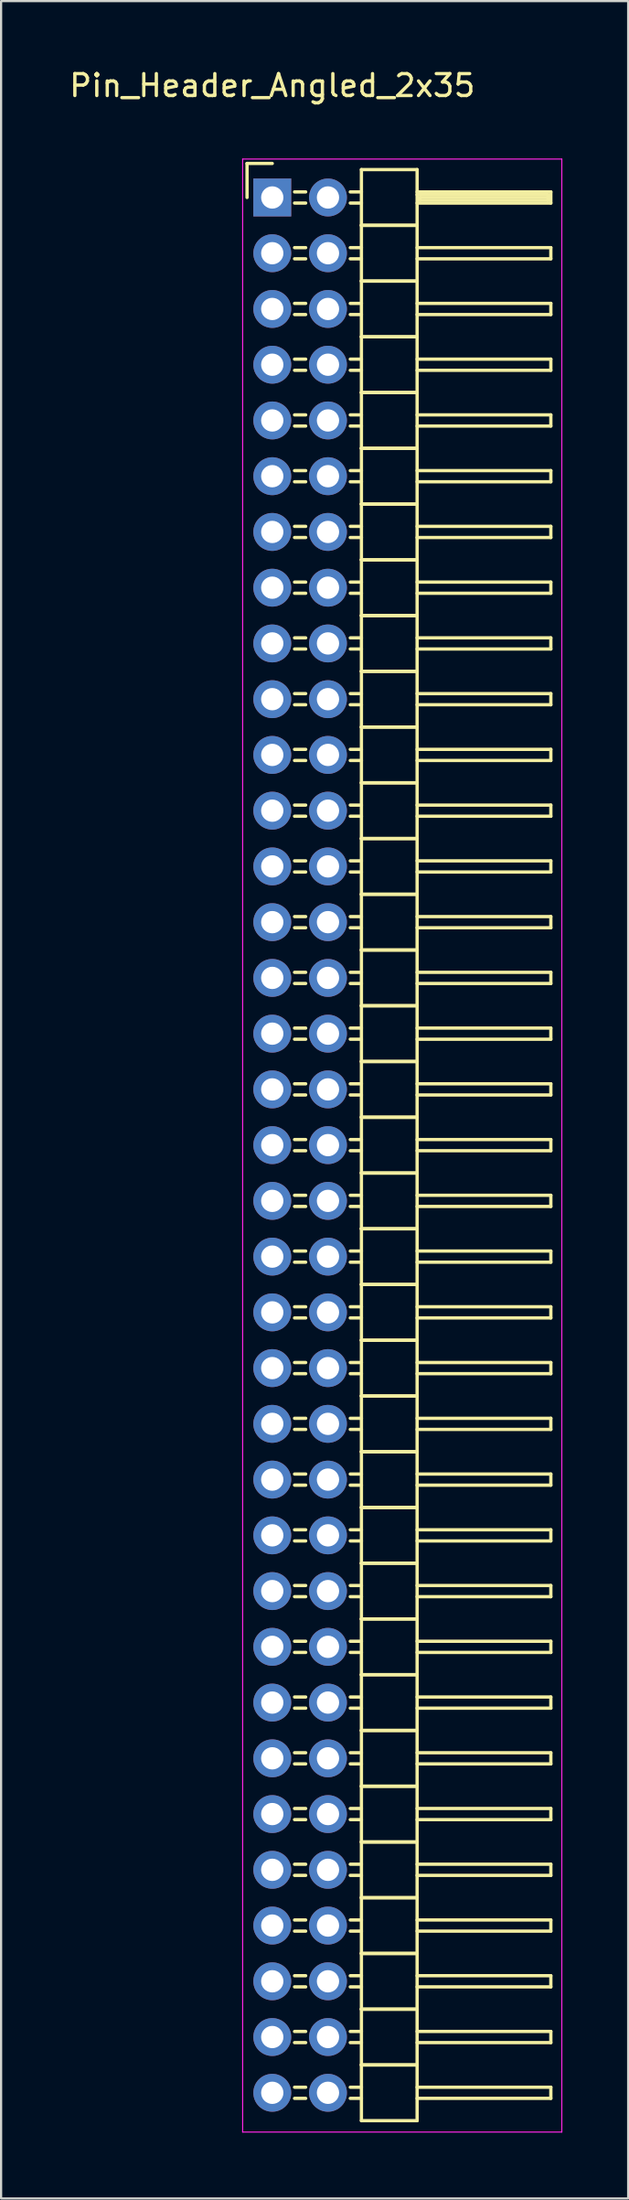
<source format=kicad_pcb>
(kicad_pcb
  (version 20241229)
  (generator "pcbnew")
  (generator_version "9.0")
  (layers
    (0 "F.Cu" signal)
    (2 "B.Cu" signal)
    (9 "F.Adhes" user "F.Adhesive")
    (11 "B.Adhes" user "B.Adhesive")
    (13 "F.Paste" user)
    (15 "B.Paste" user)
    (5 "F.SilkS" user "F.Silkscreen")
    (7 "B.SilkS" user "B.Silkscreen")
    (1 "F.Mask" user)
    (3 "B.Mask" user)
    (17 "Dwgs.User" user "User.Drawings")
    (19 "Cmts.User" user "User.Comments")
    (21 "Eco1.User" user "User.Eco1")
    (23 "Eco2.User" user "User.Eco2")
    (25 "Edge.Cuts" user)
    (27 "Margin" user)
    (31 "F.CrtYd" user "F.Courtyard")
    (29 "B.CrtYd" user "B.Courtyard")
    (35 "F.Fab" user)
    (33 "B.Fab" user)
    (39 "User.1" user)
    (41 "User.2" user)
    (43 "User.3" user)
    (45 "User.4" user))
  (footprint "Pin_Header_Angled_2x35"
    (layer "F.Cu")
    (at 9.363 5.948)
    (property "Reference" "Pin_Header_Angled_2x35" (at 0 -5.1 0) (layer "F.SilkS") (effects (font (size 1 1) (thickness 0.15))))
    (attr through_hole)
    (fp_line (start -1.15 -1.55) (end -1.15 0) (stroke (width 0.15) (type solid)) (layer "F.SilkS"))
    (fp_line (start 0 -1.55) (end -1.15 -1.55) (stroke (width 0.15) (type solid)) (layer "F.SilkS"))
    (fp_line (start 1.524 -0.254) (end 1.016 -0.254) (stroke (width 0.15) (type solid)) (layer "F.SilkS"))
    (fp_line (start 1.524 0.254) (end 1.016 0.254) (stroke (width 0.15) (type solid)) (layer "F.SilkS"))
    (fp_line (start 1.524 2.286) (end 1.016 2.286) (stroke (width 0.15) (type solid)) (layer "F.SilkS"))
    (fp_line (start 1.524 2.794) (end 1.016 2.794) (stroke (width 0.15) (type solid)) (layer "F.SilkS"))
    (fp_line (start 1.524 4.826) (end 1.016 4.826) (stroke (width 0.15) (type solid)) (layer "F.SilkS"))
    (fp_line (start 1.524 5.334) (end 1.016 5.334) (stroke (width 0.15) (type solid)) (layer "F.SilkS"))
    (fp_line (start 1.524 7.366) (end 1.016 7.366) (stroke (width 0.15) (type solid)) (layer "F.SilkS"))
    (fp_line (start 1.524 7.874) (end 1.016 7.874) (stroke (width 0.15) (type solid)) (layer "F.SilkS"))
    (fp_line (start 1.524 9.906) (end 1.016 9.906) (stroke (width 0.15) (type solid)) (layer "F.SilkS"))
    (fp_line (start 1.524 10.414) (end 1.016 10.414) (stroke (width 0.15) (type solid)) (layer "F.SilkS"))
    (fp_line (start 1.524 12.446) (end 1.016 12.446) (stroke (width 0.15) (type solid)) (layer "F.SilkS"))
    (fp_line (start 1.524 12.954) (end 1.016 12.954) (stroke (width 0.15) (type solid)) (layer "F.SilkS"))
    (fp_line (start 1.524 14.986) (end 1.016 14.986) (stroke (width 0.15) (type solid)) (layer "F.SilkS"))
    (fp_line (start 1.524 15.494) (end 1.016 15.494) (stroke (width 0.15) (type solid)) (layer "F.SilkS"))
    (fp_line (start 1.524 17.526) (end 1.016 17.526) (stroke (width 0.15) (type solid)) (layer "F.SilkS"))
    (fp_line (start 1.524 18.034) (end 1.016 18.034) (stroke (width 0.15) (type solid)) (layer "F.SilkS"))
    (fp_line (start 1.524 20.066) (end 1.016 20.066) (stroke (width 0.15) (type solid)) (layer "F.SilkS"))
    (fp_line (start 1.524 20.574) (end 1.016 20.574) (stroke (width 0.15) (type solid)) (layer "F.SilkS"))
    (fp_line (start 1.524 22.606) (end 1.016 22.606) (stroke (width 0.15) (type solid)) (layer "F.SilkS"))
    (fp_line (start 1.524 23.114) (end 1.016 23.114) (stroke (width 0.15) (type solid)) (layer "F.SilkS"))
    (fp_line (start 1.524 25.146) (end 1.016 25.146) (stroke (width 0.15) (type solid)) (layer "F.SilkS"))
    (fp_line (start 1.524 25.654) (end 1.016 25.654) (stroke (width 0.15) (type solid)) (layer "F.SilkS"))
    (fp_line (start 1.524 27.686) (end 1.016 27.686) (stroke (width 0.15) (type solid)) (layer "F.SilkS"))
    (fp_line (start 1.524 28.194) (end 1.016 28.194) (stroke (width 0.15) (type solid)) (layer "F.SilkS"))
    (fp_line (start 1.524 30.226) (end 1.016 30.226) (stroke (width 0.15) (type solid)) (layer "F.SilkS"))
    (fp_line (start 1.524 30.734) (end 1.016 30.734) (stroke (width 0.15) (type solid)) (layer "F.SilkS"))
    (fp_line (start 1.524 32.766) (end 1.016 32.766) (stroke (width 0.15) (type solid)) (layer "F.SilkS"))
    (fp_line (start 1.524 33.274) (end 1.016 33.274) (stroke (width 0.15) (type solid)) (layer "F.SilkS"))
    (fp_line (start 1.524 35.306) (end 1.016 35.306) (stroke (width 0.15) (type solid)) (layer "F.SilkS"))
    (fp_line (start 1.524 35.814) (end 1.016 35.814) (stroke (width 0.15) (type solid)) (layer "F.SilkS"))
    (fp_line (start 1.524 37.846) (end 1.016 37.846) (stroke (width 0.15) (type solid)) (layer "F.SilkS"))
    (fp_line (start 1.524 38.354) (end 1.016 38.354) (stroke (width 0.15) (type solid)) (layer "F.SilkS"))
    (fp_line (start 1.524 40.386) (end 1.016 40.386) (stroke (width 0.15) (type solid)) (layer "F.SilkS"))
    (fp_line (start 1.524 40.894) (end 1.016 40.894) (stroke (width 0.15) (type solid)) (layer "F.SilkS"))
    (fp_line (start 1.524 42.926) (end 1.016 42.926) (stroke (width 0.15) (type solid)) (layer "F.SilkS"))
    (fp_line (start 1.524 43.434) (end 1.016 43.434) (stroke (width 0.15) (type solid)) (layer "F.SilkS"))
    (fp_line (start 1.524 45.466) (end 1.016 45.466) (stroke (width 0.15) (type solid)) (layer "F.SilkS"))
    (fp_line (start 1.524 45.974) (end 1.016 45.974) (stroke (width 0.15) (type solid)) (layer "F.SilkS"))
    (fp_line (start 1.524 48.006) (end 1.016 48.006) (stroke (width 0.15) (type solid)) (layer "F.SilkS"))
    (fp_line (start 1.524 48.514) (end 1.016 48.514) (stroke (width 0.15) (type solid)) (layer "F.SilkS"))
    (fp_line (start 1.524 50.546) (end 1.016 50.546) (stroke (width 0.15) (type solid)) (layer "F.SilkS"))
    (fp_line (start 1.524 51.054) (end 1.016 51.054) (stroke (width 0.15) (type solid)) (layer "F.SilkS"))
    (fp_line (start 1.524 53.086) (end 1.016 53.086) (stroke (width 0.15) (type solid)) (layer "F.SilkS"))
    (fp_line (start 1.524 53.594) (end 1.016 53.594) (stroke (width 0.15) (type solid)) (layer "F.SilkS"))
    (fp_line (start 1.524 55.626) (end 1.016 55.626) (stroke (width 0.15) (type solid)) (layer "F.SilkS"))
    (fp_line (start 1.524 56.134) (end 1.016 56.134) (stroke (width 0.15) (type solid)) (layer "F.SilkS"))
    (fp_line (start 1.524 58.166) (end 1.016 58.166) (stroke (width 0.15) (type solid)) (layer "F.SilkS"))
    (fp_line (start 1.524 58.674) (end 1.016 58.674) (stroke (width 0.15) (type solid)) (layer "F.SilkS"))
    (fp_line (start 1.524 60.706) (end 1.016 60.706) (stroke (width 0.15) (type solid)) (layer "F.SilkS"))
    (fp_line (start 1.524 61.214) (end 1.016 61.214) (stroke (width 0.15) (type solid)) (layer "F.SilkS"))
    (fp_line (start 1.524 63.246) (end 1.016 63.246) (stroke (width 0.15) (type solid)) (layer "F.SilkS"))
    (fp_line (start 1.524 63.754) (end 1.016 63.754) (stroke (width 0.15) (type solid)) (layer "F.SilkS"))
    (fp_line (start 1.524 65.786) (end 1.016 65.786) (stroke (width 0.15) (type solid)) (layer "F.SilkS"))
    (fp_line (start 1.524 66.294) (end 1.016 66.294) (stroke (width 0.15) (type solid)) (layer "F.SilkS"))
    (fp_line (start 1.524 68.326) (end 1.016 68.326) (stroke (width 0.15) (type solid)) (layer "F.SilkS"))
    (fp_line (start 1.524 68.834) (end 1.016 68.834) (stroke (width 0.15) (type solid)) (layer "F.SilkS"))
    (fp_line (start 1.524 70.866) (end 1.016 70.866) (stroke (width 0.15) (type solid)) (layer "F.SilkS"))
    (fp_line (start 1.524 71.374) (end 1.016 71.374) (stroke (width 0.15) (type solid)) (layer "F.SilkS"))
    (fp_line (start 1.524 73.406) (end 1.016 73.406) (stroke (width 0.15) (type solid)) (layer "F.SilkS"))
    (fp_line (start 1.524 73.914) (end 1.016 73.914) (stroke (width 0.15) (type solid)) (layer "F.SilkS"))
    (fp_line (start 1.524 75.946) (end 1.016 75.946) (stroke (width 0.15) (type solid)) (layer "F.SilkS"))
    (fp_line (start 1.524 76.454) (end 1.016 76.454) (stroke (width 0.15) (type solid)) (layer "F.SilkS"))
    (fp_line (start 1.524 78.486) (end 1.016 78.486) (stroke (width 0.15) (type solid)) (layer "F.SilkS"))
    (fp_line (start 1.524 78.994) (end 1.016 78.994) (stroke (width 0.15) (type solid)) (layer "F.SilkS"))
    (fp_line (start 1.524 81.026) (end 1.016 81.026) (stroke (width 0.15) (type solid)) (layer "F.SilkS"))
    (fp_line (start 1.524 81.534) (end 1.016 81.534) (stroke (width 0.15) (type solid)) (layer "F.SilkS"))
    (fp_line (start 1.524 83.566) (end 1.016 83.566) (stroke (width 0.15) (type solid)) (layer "F.SilkS"))
    (fp_line (start 1.524 84.074) (end 1.016 84.074) (stroke (width 0.15) (type solid)) (layer "F.SilkS"))
    (fp_line (start 1.524 86.106) (end 1.016 86.106) (stroke (width 0.15) (type solid)) (layer "F.SilkS"))
    (fp_line (start 1.524 86.614) (end 1.016 86.614) (stroke (width 0.15) (type solid)) (layer "F.SilkS"))
    (fp_line (start 4.064 -1.27) (end 4.064 1.27) (stroke (width 0.15) (type solid)) (layer "F.SilkS"))
    (fp_line (start 4.064 -1.27) (end 6.604 -1.27) (stroke (width 0.15) (type solid)) (layer "F.SilkS"))
    (fp_line (start 4.064 -0.254) (end 3.556 -0.254) (stroke (width 0.15) (type solid)) (layer "F.SilkS"))
    (fp_line (start 4.064 0.254) (end 3.556 0.254) (stroke (width 0.15) (type solid)) (layer "F.SilkS"))
    (fp_line (start 4.064 1.27) (end 4.064 3.81) (stroke (width 0.15) (type solid)) (layer "F.SilkS"))
    (fp_line (start 4.064 1.27) (end 6.604 1.27) (stroke (width 0.15) (type solid)) (layer "F.SilkS"))
    (fp_line (start 4.064 1.27) (end 6.604 1.27) (stroke (width 0.15) (type solid)) (layer "F.SilkS"))
    (fp_line (start 4.064 2.286) (end 3.556 2.286) (stroke (width 0.15) (type solid)) (layer "F.SilkS"))
    (fp_line (start 4.064 2.794) (end 3.556 2.794) (stroke (width 0.15) (type solid)) (layer "F.SilkS"))
    (fp_line (start 4.064 3.81) (end 4.064 6.35) (stroke (width 0.15) (type solid)) (layer "F.SilkS"))
    (fp_line (start 4.064 3.81) (end 6.604 3.81) (stroke (width 0.15) (type solid)) (layer "F.SilkS"))
    (fp_line (start 4.064 3.81) (end 6.604 3.81) (stroke (width 0.15) (type solid)) (layer "F.SilkS"))
    (fp_line (start 4.064 4.826) (end 3.556 4.826) (stroke (width 0.15) (type solid)) (layer "F.SilkS"))
    (fp_line (start 4.064 5.334) (end 3.556 5.334) (stroke (width 0.15) (type solid)) (layer "F.SilkS"))
    (fp_line (start 4.064 6.35) (end 4.064 8.89) (stroke (width 0.15) (type solid)) (layer "F.SilkS"))
    (fp_line (start 4.064 6.35) (end 6.604 6.35) (stroke (width 0.15) (type solid)) (layer "F.SilkS"))
    (fp_line (start 4.064 6.35) (end 6.604 6.35) (stroke (width 0.15) (type solid)) (layer "F.SilkS"))
    (fp_line (start 4.064 7.366) (end 3.556 7.366) (stroke (width 0.15) (type solid)) (layer "F.SilkS"))
    (fp_line (start 4.064 7.874) (end 3.556 7.874) (stroke (width 0.15) (type solid)) (layer "F.SilkS"))
    (fp_line (start 4.064 8.89) (end 4.064 11.43) (stroke (width 0.15) (type solid)) (layer "F.SilkS"))
    (fp_line (start 4.064 8.89) (end 6.604 8.89) (stroke (width 0.15) (type solid)) (layer "F.SilkS"))
    (fp_line (start 4.064 8.89) (end 6.604 8.89) (stroke (width 0.15) (type solid)) (layer "F.SilkS"))
    (fp_line (start 4.064 9.906) (end 3.556 9.906) (stroke (width 0.15) (type solid)) (layer "F.SilkS"))
    (fp_line (start 4.064 10.414) (end 3.556 10.414) (stroke (width 0.15) (type solid)) (layer "F.SilkS"))
    (fp_line (start 4.064 11.43) (end 4.064 13.97) (stroke (width 0.15) (type solid)) (layer "F.SilkS"))
    (fp_line (start 4.064 11.43) (end 6.604 11.43) (stroke (width 0.15) (type solid)) (layer "F.SilkS"))
    (fp_line (start 4.064 11.43) (end 6.604 11.43) (stroke (width 0.15) (type solid)) (layer "F.SilkS"))
    (fp_line (start 4.064 12.446) (end 3.556 12.446) (stroke (width 0.15) (type solid)) (layer "F.SilkS"))
    (fp_line (start 4.064 12.954) (end 3.556 12.954) (stroke (width 0.15) (type solid)) (layer "F.SilkS"))
    (fp_line (start 4.064 13.97) (end 4.064 16.51) (stroke (width 0.15) (type solid)) (layer "F.SilkS"))
    (fp_line (start 4.064 13.97) (end 6.604 13.97) (stroke (width 0.15) (type solid)) (layer "F.SilkS"))
    (fp_line (start 4.064 13.97) (end 6.604 13.97) (stroke (width 0.15) (type solid)) (layer "F.SilkS"))
    (fp_line (start 4.064 14.986) (end 3.556 14.986) (stroke (width 0.15) (type solid)) (layer "F.SilkS"))
    (fp_line (start 4.064 15.494) (end 3.556 15.494) (stroke (width 0.15) (type solid)) (layer "F.SilkS"))
    (fp_line (start 4.064 16.51) (end 4.064 19.05) (stroke (width 0.15) (type solid)) (layer "F.SilkS"))
    (fp_line (start 4.064 16.51) (end 6.604 16.51) (stroke (width 0.15) (type solid)) (layer "F.SilkS"))
    (fp_line (start 4.064 16.51) (end 6.604 16.51) (stroke (width 0.15) (type solid)) (layer "F.SilkS"))
    (fp_line (start 4.064 17.526) (end 3.556 17.526) (stroke (width 0.15) (type solid)) (layer "F.SilkS"))
    (fp_line (start 4.064 18.034) (end 3.556 18.034) (stroke (width 0.15) (type solid)) (layer "F.SilkS"))
    (fp_line (start 4.064 19.05) (end 4.064 21.59) (stroke (width 0.15) (type solid)) (layer "F.SilkS"))
    (fp_line (start 4.064 19.05) (end 6.604 19.05) (stroke (width 0.15) (type solid)) (layer "F.SilkS"))
    (fp_line (start 4.064 19.05) (end 6.604 19.05) (stroke (width 0.15) (type solid)) (layer "F.SilkS"))
    (fp_line (start 4.064 20.066) (end 3.556 20.066) (stroke (width 0.15) (type solid)) (layer "F.SilkS"))
    (fp_line (start 4.064 20.574) (end 3.556 20.574) (stroke (width 0.15) (type solid)) (layer "F.SilkS"))
    (fp_line (start 4.064 21.59) (end 4.064 24.13) (stroke (width 0.15) (type solid)) (layer "F.SilkS"))
    (fp_line (start 4.064 21.59) (end 6.604 21.59) (stroke (width 0.15) (type solid)) (layer "F.SilkS"))
    (fp_line (start 4.064 21.59) (end 6.604 21.59) (stroke (width 0.15) (type solid)) (layer "F.SilkS"))
    (fp_line (start 4.064 22.606) (end 3.556 22.606) (stroke (width 0.15) (type solid)) (layer "F.SilkS"))
    (fp_line (start 4.064 23.114) (end 3.556 23.114) (stroke (width 0.15) (type solid)) (layer "F.SilkS"))
    (fp_line (start 4.064 24.13) (end 4.064 26.67) (stroke (width 0.15) (type solid)) (layer "F.SilkS"))
    (fp_line (start 4.064 24.13) (end 6.604 24.13) (stroke (width 0.15) (type solid)) (layer "F.SilkS"))
    (fp_line (start 4.064 24.13) (end 6.604 24.13) (stroke (width 0.15) (type solid)) (layer "F.SilkS"))
    (fp_line (start 4.064 25.146) (end 3.556 25.146) (stroke (width 0.15) (type solid)) (layer "F.SilkS"))
    (fp_line (start 4.064 25.654) (end 3.556 25.654) (stroke (width 0.15) (type solid)) (layer "F.SilkS"))
    (fp_line (start 4.064 26.67) (end 4.064 29.21) (stroke (width 0.15) (type solid)) (layer "F.SilkS"))
    (fp_line (start 4.064 26.67) (end 6.604 26.67) (stroke (width 0.15) (type solid)) (layer "F.SilkS"))
    (fp_line (start 4.064 26.67) (end 6.604 26.67) (stroke (width 0.15) (type solid)) (layer "F.SilkS"))
    (fp_line (start 4.064 27.686) (end 3.556 27.686) (stroke (width 0.15) (type solid)) (layer "F.SilkS"))
    (fp_line (start 4.064 28.194) (end 3.556 28.194) (stroke (width 0.15) (type solid)) (layer "F.SilkS"))
    (fp_line (start 4.064 29.21) (end 4.064 31.75) (stroke (width 0.15) (type solid)) (layer "F.SilkS"))
    (fp_line (start 4.064 29.21) (end 6.604 29.21) (stroke (width 0.15) (type solid)) (layer "F.SilkS"))
    (fp_line (start 4.064 29.21) (end 6.604 29.21) (stroke (width 0.15) (type solid)) (layer "F.SilkS"))
    (fp_line (start 4.064 30.226) (end 3.556 30.226) (stroke (width 0.15) (type solid)) (layer "F.SilkS"))
    (fp_line (start 4.064 30.734) (end 3.556 30.734) (stroke (width 0.15) (type solid)) (layer "F.SilkS"))
    (fp_line (start 4.064 31.75) (end 4.064 34.29) (stroke (width 0.15) (type solid)) (layer "F.SilkS"))
    (fp_line (start 4.064 31.75) (end 6.604 31.75) (stroke (width 0.15) (type solid)) (layer "F.SilkS"))
    (fp_line (start 4.064 31.75) (end 6.604 31.75) (stroke (width 0.15) (type solid)) (layer "F.SilkS"))
    (fp_line (start 4.064 32.766) (end 3.556 32.766) (stroke (width 0.15) (type solid)) (layer "F.SilkS"))
    (fp_line (start 4.064 33.274) (end 3.556 33.274) (stroke (width 0.15) (type solid)) (layer "F.SilkS"))
    (fp_line (start 4.064 34.29) (end 4.064 36.83) (stroke (width 0.15) (type solid)) (layer "F.SilkS"))
    (fp_line (start 4.064 34.29) (end 6.604 34.29) (stroke (width 0.15) (type solid)) (layer "F.SilkS"))
    (fp_line (start 4.064 34.29) (end 6.604 34.29) (stroke (width 0.15) (type solid)) (layer "F.SilkS"))
    (fp_line (start 4.064 35.306) (end 3.556 35.306) (stroke (width 0.15) (type solid)) (layer "F.SilkS"))
    (fp_line (start 4.064 35.814) (end 3.556 35.814) (stroke (width 0.15) (type solid)) (layer "F.SilkS"))
    (fp_line (start 4.064 36.83) (end 4.064 39.37) (stroke (width 0.15) (type solid)) (layer "F.SilkS"))
    (fp_line (start 4.064 36.83) (end 6.604 36.83) (stroke (width 0.15) (type solid)) (layer "F.SilkS"))
    (fp_line (start 4.064 36.83) (end 6.604 36.83) (stroke (width 0.15) (type solid)) (layer "F.SilkS"))
    (fp_line (start 4.064 37.846) (end 3.556 37.846) (stroke (width 0.15) (type solid)) (layer "F.SilkS"))
    (fp_line (start 4.064 38.354) (end 3.556 38.354) (stroke (width 0.15) (type solid)) (layer "F.SilkS"))
    (fp_line (start 4.064 39.37) (end 4.064 41.91) (stroke (width 0.15) (type solid)) (layer "F.SilkS"))
    (fp_line (start 4.064 39.37) (end 6.604 39.37) (stroke (width 0.15) (type solid)) (layer "F.SilkS"))
    (fp_line (start 4.064 39.37) (end 6.604 39.37) (stroke (width 0.15) (type solid)) (layer "F.SilkS"))
    (fp_line (start 4.064 40.386) (end 3.556 40.386) (stroke (width 0.15) (type solid)) (layer "F.SilkS"))
    (fp_line (start 4.064 40.894) (end 3.556 40.894) (stroke (width 0.15) (type solid)) (layer "F.SilkS"))
    (fp_line (start 4.064 41.91) (end 4.064 44.45) (stroke (width 0.15) (type solid)) (layer "F.SilkS"))
    (fp_line (start 4.064 41.91) (end 6.604 41.91) (stroke (width 0.15) (type solid)) (layer "F.SilkS"))
    (fp_line (start 4.064 41.91) (end 6.604 41.91) (stroke (width 0.15) (type solid)) (layer "F.SilkS"))
    (fp_line (start 4.064 42.926) (end 3.556 42.926) (stroke (width 0.15) (type solid)) (layer "F.SilkS"))
    (fp_line (start 4.064 43.434) (end 3.556 43.434) (stroke (width 0.15) (type solid)) (layer "F.SilkS"))
    (fp_line (start 4.064 44.45) (end 4.064 46.99) (stroke (width 0.15) (type solid)) (layer "F.SilkS"))
    (fp_line (start 4.064 44.45) (end 6.604 44.45) (stroke (width 0.15) (type solid)) (layer "F.SilkS"))
    (fp_line (start 4.064 44.45) (end 6.604 44.45) (stroke (width 0.15) (type solid)) (layer "F.SilkS"))
    (fp_line (start 4.064 45.466) (end 3.556 45.466) (stroke (width 0.15) (type solid)) (layer "F.SilkS"))
    (fp_line (start 4.064 45.974) (end 3.556 45.974) (stroke (width 0.15) (type solid)) (layer "F.SilkS"))
    (fp_line (start 4.064 46.99) (end 4.064 49.53) (stroke (width 0.15) (type solid)) (layer "F.SilkS"))
    (fp_line (start 4.064 46.99) (end 6.604 46.99) (stroke (width 0.15) (type solid)) (layer "F.SilkS"))
    (fp_line (start 4.064 46.99) (end 6.604 46.99) (stroke (width 0.15) (type solid)) (layer "F.SilkS"))
    (fp_line (start 4.064 48.006) (end 3.556 48.006) (stroke (width 0.15) (type solid)) (layer "F.SilkS"))
    (fp_line (start 4.064 48.514) (end 3.556 48.514) (stroke (width 0.15) (type solid)) (layer "F.SilkS"))
    (fp_line (start 4.064 49.53) (end 4.064 52.07) (stroke (width 0.15) (type solid)) (layer "F.SilkS"))
    (fp_line (start 4.064 49.53) (end 6.604 49.53) (stroke (width 0.15) (type solid)) (layer "F.SilkS"))
    (fp_line (start 4.064 49.53) (end 6.604 49.53) (stroke (width 0.15) (type solid)) (layer "F.SilkS"))
    (fp_line (start 4.064 50.546) (end 3.556 50.546) (stroke (width 0.15) (type solid)) (layer "F.SilkS"))
    (fp_line (start 4.064 51.054) (end 3.556 51.054) (stroke (width 0.15) (type solid)) (layer "F.SilkS"))
    (fp_line (start 4.064 52.07) (end 4.064 54.61) (stroke (width 0.15) (type solid)) (layer "F.SilkS"))
    (fp_line (start 4.064 52.07) (end 6.604 52.07) (stroke (width 0.15) (type solid)) (layer "F.SilkS"))
    (fp_line (start 4.064 52.07) (end 6.604 52.07) (stroke (width 0.15) (type solid)) (layer "F.SilkS"))
    (fp_line (start 4.064 53.086) (end 3.556 53.086) (stroke (width 0.15) (type solid)) (layer "F.SilkS"))
    (fp_line (start 4.064 53.594) (end 3.556 53.594) (stroke (width 0.15) (type solid)) (layer "F.SilkS"))
    (fp_line (start 4.064 54.61) (end 4.064 57.15) (stroke (width 0.15) (type solid)) (layer "F.SilkS"))
    (fp_line (start 4.064 54.61) (end 6.604 54.61) (stroke (width 0.15) (type solid)) (layer "F.SilkS"))
    (fp_line (start 4.064 54.61) (end 6.604 54.61) (stroke (width 0.15) (type solid)) (layer "F.SilkS"))
    (fp_line (start 4.064 55.626) (end 3.556 55.626) (stroke (width 0.15) (type solid)) (layer "F.SilkS"))
    (fp_line (start 4.064 56.134) (end 3.556 56.134) (stroke (width 0.15) (type solid)) (layer "F.SilkS"))
    (fp_line (start 4.064 57.15) (end 4.064 59.69) (stroke (width 0.15) (type solid)) (layer "F.SilkS"))
    (fp_line (start 4.064 57.15) (end 6.604 57.15) (stroke (width 0.15) (type solid)) (layer "F.SilkS"))
    (fp_line (start 4.064 57.15) (end 6.604 57.15) (stroke (width 0.15) (type solid)) (layer "F.SilkS"))
    (fp_line (start 4.064 58.166) (end 3.556 58.166) (stroke (width 0.15) (type solid)) (layer "F.SilkS"))
    (fp_line (start 4.064 58.674) (end 3.556 58.674) (stroke (width 0.15) (type solid)) (layer "F.SilkS"))
    (fp_line (start 4.064 59.69) (end 4.064 62.23) (stroke (width 0.15) (type solid)) (layer "F.SilkS"))
    (fp_line (start 4.064 59.69) (end 6.604 59.69) (stroke (width 0.15) (type solid)) (layer "F.SilkS"))
    (fp_line (start 4.064 59.69) (end 6.604 59.69) (stroke (width 0.15) (type solid)) (layer "F.SilkS"))
    (fp_line (start 4.064 60.706) (end 3.556 60.706) (stroke (width 0.15) (type solid)) (layer "F.SilkS"))
    (fp_line (start 4.064 61.214) (end 3.556 61.214) (stroke (width 0.15) (type solid)) (layer "F.SilkS"))
    (fp_line (start 4.064 62.23) (end 4.064 64.77) (stroke (width 0.15) (type solid)) (layer "F.SilkS"))
    (fp_line (start 4.064 62.23) (end 6.604 62.23) (stroke (width 0.15) (type solid)) (layer "F.SilkS"))
    (fp_line (start 4.064 62.23) (end 6.604 62.23) (stroke (width 0.15) (type solid)) (layer "F.SilkS"))
    (fp_line (start 4.064 63.246) (end 3.556 63.246) (stroke (width 0.15) (type solid)) (layer "F.SilkS"))
    (fp_line (start 4.064 63.754) (end 3.556 63.754) (stroke (width 0.15) (type solid)) (layer "F.SilkS"))
    (fp_line (start 4.064 64.77) (end 4.064 67.31) (stroke (width 0.15) (type solid)) (layer "F.SilkS"))
    (fp_line (start 4.064 64.77) (end 6.604 64.77) (stroke (width 0.15) (type solid)) (layer "F.SilkS"))
    (fp_line (start 4.064 64.77) (end 6.604 64.77) (stroke (width 0.15) (type solid)) (layer "F.SilkS"))
    (fp_line (start 4.064 65.786) (end 3.556 65.786) (stroke (width 0.15) (type solid)) (layer "F.SilkS"))
    (fp_line (start 4.064 66.294) (end 3.556 66.294) (stroke (width 0.15) (type solid)) (layer "F.SilkS"))
    (fp_line (start 4.064 67.31) (end 4.064 69.85) (stroke (width 0.15) (type solid)) (layer "F.SilkS"))
    (fp_line (start 4.064 67.31) (end 6.604 67.31) (stroke (width 0.15) (type solid)) (layer "F.SilkS"))
    (fp_line (start 4.064 67.31) (end 6.604 67.31) (stroke (width 0.15) (type solid)) (layer "F.SilkS"))
    (fp_line (start 4.064 68.326) (end 3.556 68.326) (stroke (width 0.15) (type solid)) (layer "F.SilkS"))
    (fp_line (start 4.064 68.834) (end 3.556 68.834) (stroke (width 0.15) (type solid)) (layer "F.SilkS"))
    (fp_line (start 4.064 69.85) (end 4.064 72.39) (stroke (width 0.15) (type solid)) (layer "F.SilkS"))
    (fp_line (start 4.064 69.85) (end 6.604 69.85) (stroke (width 0.15) (type solid)) (layer "F.SilkS"))
    (fp_line (start 4.064 69.85) (end 6.604 69.85) (stroke (width 0.15) (type solid)) (layer "F.SilkS"))
    (fp_line (start 4.064 70.866) (end 3.556 70.866) (stroke (width 0.15) (type solid)) (layer "F.SilkS"))
    (fp_line (start 4.064 71.374) (end 3.556 71.374) (stroke (width 0.15) (type solid)) (layer "F.SilkS"))
    (fp_line (start 4.064 72.39) (end 4.064 74.93) (stroke (width 0.15) (type solid)) (layer "F.SilkS"))
    (fp_line (start 4.064 72.39) (end 6.604 72.39) (stroke (width 0.15) (type solid)) (layer "F.SilkS"))
    (fp_line (start 4.064 72.39) (end 6.604 72.39) (stroke (width 0.15) (type solid)) (layer "F.SilkS"))
    (fp_line (start 4.064 73.406) (end 3.556 73.406) (stroke (width 0.15) (type solid)) (layer "F.SilkS"))
    (fp_line (start 4.064 73.914) (end 3.556 73.914) (stroke (width 0.15) (type solid)) (layer "F.SilkS"))
    (fp_line (start 4.064 74.93) (end 4.064 77.47) (stroke (width 0.15) (type solid)) (layer "F.SilkS"))
    (fp_line (start 4.064 74.93) (end 6.604 74.93) (stroke (width 0.15) (type solid)) (layer "F.SilkS"))
    (fp_line (start 4.064 74.93) (end 6.604 74.93) (stroke (width 0.15) (type solid)) (layer "F.SilkS"))
    (fp_line (start 4.064 75.946) (end 3.556 75.946) (stroke (width 0.15) (type solid)) (layer "F.SilkS"))
    (fp_line (start 4.064 76.454) (end 3.556 76.454) (stroke (width 0.15) (type solid)) (layer "F.SilkS"))
    (fp_line (start 4.064 77.47) (end 4.064 80.01) (stroke (width 0.15) (type solid)) (layer "F.SilkS"))
    (fp_line (start 4.064 77.47) (end 6.604 77.47) (stroke (width 0.15) (type solid)) (layer "F.SilkS"))
    (fp_line (start 4.064 77.47) (end 6.604 77.47) (stroke (width 0.15) (type solid)) (layer "F.SilkS"))
    (fp_line (start 4.064 78.486) (end 3.556 78.486) (stroke (width 0.15) (type solid)) (layer "F.SilkS"))
    (fp_line (start 4.064 78.994) (end 3.556 78.994) (stroke (width 0.15) (type solid)) (layer "F.SilkS"))
    (fp_line (start 4.064 80.01) (end 4.064 82.55) (stroke (width 0.15) (type solid)) (layer "F.SilkS"))
    (fp_line (start 4.064 80.01) (end 6.604 80.01) (stroke (width 0.15) (type solid)) (layer "F.SilkS"))
    (fp_line (start 4.064 80.01) (end 6.604 80.01) (stroke (width 0.15) (type solid)) (layer "F.SilkS"))
    (fp_line (start 4.064 81.026) (end 3.556 81.026) (stroke (width 0.15) (type solid)) (layer "F.SilkS"))
    (fp_line (start 4.064 81.534) (end 3.556 81.534) (stroke (width 0.15) (type solid)) (layer "F.SilkS"))
    (fp_line (start 4.064 82.55) (end 4.064 85.09) (stroke (width 0.15) (type solid)) (layer "F.SilkS"))
    (fp_line (start 4.064 82.55) (end 6.604 82.55) (stroke (width 0.15) (type solid)) (layer "F.SilkS"))
    (fp_line (start 4.064 82.55) (end 6.604 82.55) (stroke (width 0.15) (type solid)) (layer "F.SilkS"))
    (fp_line (start 4.064 83.566) (end 3.556 83.566) (stroke (width 0.15) (type solid)) (layer "F.SilkS"))
    (fp_line (start 4.064 84.074) (end 3.556 84.074) (stroke (width 0.15) (type solid)) (layer "F.SilkS"))
    (fp_line (start 4.064 85.09) (end 4.064 87.63) (stroke (width 0.15) (type solid)) (layer "F.SilkS"))
    (fp_line (start 4.064 85.09) (end 6.604 85.09) (stroke (width 0.15) (type solid)) (layer "F.SilkS"))
    (fp_line (start 4.064 85.09) (end 6.604 85.09) (stroke (width 0.15) (type solid)) (layer "F.SilkS"))
    (fp_line (start 4.064 86.106) (end 3.556 86.106) (stroke (width 0.15) (type solid)) (layer "F.SilkS"))
    (fp_line (start 4.064 86.614) (end 3.556 86.614) (stroke (width 0.15) (type solid)) (layer "F.SilkS"))
    (fp_line (start 4.064 87.63) (end 6.604 87.63) (stroke (width 0.15) (type solid)) (layer "F.SilkS"))
    (fp_line (start 6.604 -0.254) (end 12.7 -0.254) (stroke (width 0.15) (type solid)) (layer "F.SilkS"))
    (fp_line (start 6.604 -0.127) (end 12.573 -0.127) (stroke (width 0.15) (type solid)) (layer "F.SilkS"))
    (fp_line (start 6.604 1.27) (end 6.604 -1.27) (stroke (width 0.15) (type solid)) (layer "F.SilkS"))
    (fp_line (start 6.604 2.286) (end 12.7 2.286) (stroke (width 0.15) (type solid)) (layer "F.SilkS"))
    (fp_line (start 6.604 3.81) (end 6.604 1.27) (stroke (width 0.15) (type solid)) (layer "F.SilkS"))
    (fp_line (start 6.604 4.826) (end 12.7 4.826) (stroke (width 0.15) (type solid)) (layer "F.SilkS"))
    (fp_line (start 6.604 6.35) (end 6.604 3.81) (stroke (width 0.15) (type solid)) (layer "F.SilkS"))
    (fp_line (start 6.604 7.366) (end 12.7 7.366) (stroke (width 0.15) (type solid)) (layer "F.SilkS"))
    (fp_line (start 6.604 8.89) (end 6.604 6.35) (stroke (width 0.15) (type solid)) (layer "F.SilkS"))
    (fp_line (start 6.604 9.906) (end 12.7 9.906) (stroke (width 0.15) (type solid)) (layer "F.SilkS"))
    (fp_line (start 6.604 11.43) (end 6.604 8.89) (stroke (width 0.15) (type solid)) (layer "F.SilkS"))
    (fp_line (start 6.604 12.446) (end 12.7 12.446) (stroke (width 0.15) (type solid)) (layer "F.SilkS"))
    (fp_line (start 6.604 13.97) (end 6.604 11.43) (stroke (width 0.15) (type solid)) (layer "F.SilkS"))
    (fp_line (start 6.604 14.986) (end 12.7 14.986) (stroke (width 0.15) (type solid)) (layer "F.SilkS"))
    (fp_line (start 6.604 16.51) (end 6.604 13.97) (stroke (width 0.15) (type solid)) (layer "F.SilkS"))
    (fp_line (start 6.604 17.526) (end 12.7 17.526) (stroke (width 0.15) (type solid)) (layer "F.SilkS"))
    (fp_line (start 6.604 19.05) (end 6.604 16.51) (stroke (width 0.15) (type solid)) (layer "F.SilkS"))
    (fp_line (start 6.604 20.066) (end 12.7 20.066) (stroke (width 0.15) (type solid)) (layer "F.SilkS"))
    (fp_line (start 6.604 21.59) (end 6.604 19.05) (stroke (width 0.15) (type solid)) (layer "F.SilkS"))
    (fp_line (start 6.604 22.606) (end 12.7 22.606) (stroke (width 0.15) (type solid)) (layer "F.SilkS"))
    (fp_line (start 6.604 24.13) (end 6.604 21.59) (stroke (width 0.15) (type solid)) (layer "F.SilkS"))
    (fp_line (start 6.604 25.146) (end 12.7 25.146) (stroke (width 0.15) (type solid)) (layer "F.SilkS"))
    (fp_line (start 6.604 26.67) (end 6.604 24.13) (stroke (width 0.15) (type solid)) (layer "F.SilkS"))
    (fp_line (start 6.604 27.686) (end 12.7 27.686) (stroke (width 0.15) (type solid)) (layer "F.SilkS"))
    (fp_line (start 6.604 29.21) (end 6.604 26.67) (stroke (width 0.15) (type solid)) (layer "F.SilkS"))
    (fp_line (start 6.604 30.226) (end 12.7 30.226) (stroke (width 0.15) (type solid)) (layer "F.SilkS"))
    (fp_line (start 6.604 31.75) (end 6.604 29.21) (stroke (width 0.15) (type solid)) (layer "F.SilkS"))
    (fp_line (start 6.604 32.766) (end 12.7 32.766) (stroke (width 0.15) (type solid)) (layer "F.SilkS"))
    (fp_line (start 6.604 34.29) (end 6.604 31.75) (stroke (width 0.15) (type solid)) (layer "F.SilkS"))
    (fp_line (start 6.604 35.306) (end 12.7 35.306) (stroke (width 0.15) (type solid)) (layer "F.SilkS"))
    (fp_line (start 6.604 36.83) (end 6.604 34.29) (stroke (width 0.15) (type solid)) (layer "F.SilkS"))
    (fp_line (start 6.604 37.846) (end 12.7 37.846) (stroke (width 0.15) (type solid)) (layer "F.SilkS"))
    (fp_line (start 6.604 39.37) (end 6.604 36.83) (stroke (width 0.15) (type solid)) (layer "F.SilkS"))
    (fp_line (start 6.604 40.386) (end 12.7 40.386) (stroke (width 0.15) (type solid)) (layer "F.SilkS"))
    (fp_line (start 6.604 41.91) (end 6.604 39.37) (stroke (width 0.15) (type solid)) (layer "F.SilkS"))
    (fp_line (start 6.604 42.926) (end 12.7 42.926) (stroke (width 0.15) (type solid)) (layer "F.SilkS"))
    (fp_line (start 6.604 44.45) (end 6.604 41.91) (stroke (width 0.15) (type solid)) (layer "F.SilkS"))
    (fp_line (start 6.604 45.466) (end 12.7 45.466) (stroke (width 0.15) (type solid)) (layer "F.SilkS"))
    (fp_line (start 6.604 46.99) (end 6.604 44.45) (stroke (width 0.15) (type solid)) (layer "F.SilkS"))
    (fp_line (start 6.604 48.006) (end 12.7 48.006) (stroke (width 0.15) (type solid)) (layer "F.SilkS"))
    (fp_line (start 6.604 49.53) (end 6.604 46.99) (stroke (width 0.15) (type solid)) (layer "F.SilkS"))
    (fp_line (start 6.604 50.546) (end 12.7 50.546) (stroke (width 0.15) (type solid)) (layer "F.SilkS"))
    (fp_line (start 6.604 52.07) (end 6.604 49.53) (stroke (width 0.15) (type solid)) (layer "F.SilkS"))
    (fp_line (start 6.604 53.086) (end 12.7 53.086) (stroke (width 0.15) (type solid)) (layer "F.SilkS"))
    (fp_line (start 6.604 54.61) (end 6.604 52.07) (stroke (width 0.15) (type solid)) (layer "F.SilkS"))
    (fp_line (start 6.604 55.626) (end 12.7 55.626) (stroke (width 0.15) (type solid)) (layer "F.SilkS"))
    (fp_line (start 6.604 57.15) (end 6.604 54.61) (stroke (width 0.15) (type solid)) (layer "F.SilkS"))
    (fp_line (start 6.604 58.166) (end 12.7 58.166) (stroke (width 0.15) (type solid)) (layer "F.SilkS"))
    (fp_line (start 6.604 59.69) (end 6.604 57.15) (stroke (width 0.15) (type solid)) (layer "F.SilkS"))
    (fp_line (start 6.604 60.706) (end 12.7 60.706) (stroke (width 0.15) (type solid)) (layer "F.SilkS"))
    (fp_line (start 6.604 62.23) (end 6.604 59.69) (stroke (width 0.15) (type solid)) (layer "F.SilkS"))
    (fp_line (start 6.604 63.246) (end 12.7 63.246) (stroke (width 0.15) (type solid)) (layer "F.SilkS"))
    (fp_line (start 6.604 64.77) (end 6.604 62.23) (stroke (width 0.15) (type solid)) (layer "F.SilkS"))
    (fp_line (start 6.604 65.786) (end 12.7 65.786) (stroke (width 0.15) (type solid)) (layer "F.SilkS"))
    (fp_line (start 6.604 67.31) (end 6.604 64.77) (stroke (width 0.15) (type solid)) (layer "F.SilkS"))
    (fp_line (start 6.604 68.326) (end 12.7 68.326) (stroke (width 0.15) (type solid)) (layer "F.SilkS"))
    (fp_line (start 6.604 69.85) (end 6.604 67.31) (stroke (width 0.15) (type solid)) (layer "F.SilkS"))
    (fp_line (start 6.604 70.866) (end 12.7 70.866) (stroke (width 0.15) (type solid)) (layer "F.SilkS"))
    (fp_line (start 6.604 72.39) (end 6.604 69.85) (stroke (width 0.15) (type solid)) (layer "F.SilkS"))
    (fp_line (start 6.604 73.406) (end 12.7 73.406) (stroke (width 0.15) (type solid)) (layer "F.SilkS"))
    (fp_line (start 6.604 74.93) (end 6.604 72.39) (stroke (width 0.15) (type solid)) (layer "F.SilkS"))
    (fp_line (start 6.604 75.946) (end 12.7 75.946) (stroke (width 0.15) (type solid)) (layer "F.SilkS"))
    (fp_line (start 6.604 77.47) (end 6.604 74.93) (stroke (width 0.15) (type solid)) (layer "F.SilkS"))
    (fp_line (start 6.604 78.486) (end 12.7 78.486) (stroke (width 0.15) (type solid)) (layer "F.SilkS"))
    (fp_line (start 6.604 80.01) (end 6.604 77.47) (stroke (width 0.15) (type solid)) (layer "F.SilkS"))
    (fp_line (start 6.604 81.026) (end 12.7 81.026) (stroke (width 0.15) (type solid)) (layer "F.SilkS"))
    (fp_line (start 6.604 82.55) (end 6.604 80.01) (stroke (width 0.15) (type solid)) (layer "F.SilkS"))
    (fp_line (start 6.604 83.566) (end 12.7 83.566) (stroke (width 0.15) (type solid)) (layer "F.SilkS"))
    (fp_line (start 6.604 85.09) (end 6.604 82.55) (stroke (width 0.15) (type solid)) (layer "F.SilkS"))
    (fp_line (start 6.604 86.106) (end 12.7 86.106) (stroke (width 0.15) (type solid)) (layer "F.SilkS"))
    (fp_line (start 6.604 87.63) (end 6.604 85.09) (stroke (width 0.15) (type solid)) (layer "F.SilkS"))
    (fp_line (start 6.731 0) (end 12.573 0) (stroke (width 0.15) (type solid)) (layer "F.SilkS"))
    (fp_line (start 6.731 0.127) (end 6.731 0) (stroke (width 0.15) (type solid)) (layer "F.SilkS"))
    (fp_line (start 12.573 -0.127) (end 12.573 0.127) (stroke (width 0.15) (type solid)) (layer "F.SilkS"))
    (fp_line (start 12.573 0.127) (end 6.731 0.127) (stroke (width 0.15) (type solid)) (layer "F.SilkS"))
    (fp_line (start 12.7 -0.254) (end 12.7 0.254) (stroke (width 0.15) (type solid)) (layer "F.SilkS"))
    (fp_line (start 12.7 0.254) (end 6.604 0.254) (stroke (width 0.15) (type solid)) (layer "F.SilkS"))
    (fp_line (start 12.7 2.286) (end 12.7 2.794) (stroke (width 0.15) (type solid)) (layer "F.SilkS"))
    (fp_line (start 12.7 2.794) (end 6.604 2.794) (stroke (width 0.15) (type solid)) (layer "F.SilkS"))
    (fp_line (start 12.7 4.826) (end 12.7 5.334) (stroke (width 0.15) (type solid)) (layer "F.SilkS"))
    (fp_line (start 12.7 5.334) (end 6.604 5.334) (stroke (width 0.15) (type solid)) (layer "F.SilkS"))
    (fp_line (start 12.7 7.366) (end 12.7 7.874) (stroke (width 0.15) (type solid)) (layer "F.SilkS"))
    (fp_line (start 12.7 7.874) (end 6.604 7.874) (stroke (width 0.15) (type solid)) (layer "F.SilkS"))
    (fp_line (start 12.7 9.906) (end 12.7 10.414) (stroke (width 0.15) (type solid)) (layer "F.SilkS"))
    (fp_line (start 12.7 10.414) (end 6.604 10.414) (stroke (width 0.15) (type solid)) (layer "F.SilkS"))
    (fp_line (start 12.7 12.446) (end 12.7 12.954) (stroke (width 0.15) (type solid)) (layer "F.SilkS"))
    (fp_line (start 12.7 12.954) (end 6.604 12.954) (stroke (width 0.15) (type solid)) (layer "F.SilkS"))
    (fp_line (start 12.7 14.986) (end 12.7 15.494) (stroke (width 0.15) (type solid)) (layer "F.SilkS"))
    (fp_line (start 12.7 15.494) (end 6.604 15.494) (stroke (width 0.15) (type solid)) (layer "F.SilkS"))
    (fp_line (start 12.7 17.526) (end 12.7 18.034) (stroke (width 0.15) (type solid)) (layer "F.SilkS"))
    (fp_line (start 12.7 18.034) (end 6.604 18.034) (stroke (width 0.15) (type solid)) (layer "F.SilkS"))
    (fp_line (start 12.7 20.066) (end 12.7 20.574) (stroke (width 0.15) (type solid)) (layer "F.SilkS"))
    (fp_line (start 12.7 20.574) (end 6.604 20.574) (stroke (width 0.15) (type solid)) (layer "F.SilkS"))
    (fp_line (start 12.7 22.606) (end 12.7 23.114) (stroke (width 0.15) (type solid)) (layer "F.SilkS"))
    (fp_line (start 12.7 23.114) (end 6.604 23.114) (stroke (width 0.15) (type solid)) (layer "F.SilkS"))
    (fp_line (start 12.7 25.146) (end 12.7 25.654) (stroke (width 0.15) (type solid)) (layer "F.SilkS"))
    (fp_line (start 12.7 25.654) (end 6.604 25.654) (stroke (width 0.15) (type solid)) (layer "F.SilkS"))
    (fp_line (start 12.7 27.686) (end 12.7 28.194) (stroke (width 0.15) (type solid)) (layer "F.SilkS"))
    (fp_line (start 12.7 28.194) (end 6.604 28.194) (stroke (width 0.15) (type solid)) (layer "F.SilkS"))
    (fp_line (start 12.7 30.226) (end 12.7 30.734) (stroke (width 0.15) (type solid)) (layer "F.SilkS"))
    (fp_line (start 12.7 30.734) (end 6.604 30.734) (stroke (width 0.15) (type solid)) (layer "F.SilkS"))
    (fp_line (start 12.7 32.766) (end 12.7 33.274) (stroke (width 0.15) (type solid)) (layer "F.SilkS"))
    (fp_line (start 12.7 33.274) (end 6.604 33.274) (stroke (width 0.15) (type solid)) (layer "F.SilkS"))
    (fp_line (start 12.7 35.306) (end 12.7 35.814) (stroke (width 0.15) (type solid)) (layer "F.SilkS"))
    (fp_line (start 12.7 35.814) (end 6.604 35.814) (stroke (width 0.15) (type solid)) (layer "F.SilkS"))
    (fp_line (start 12.7 37.846) (end 12.7 38.354) (stroke (width 0.15) (type solid)) (layer "F.SilkS"))
    (fp_line (start 12.7 38.354) (end 6.604 38.354) (stroke (width 0.15) (type solid)) (layer "F.SilkS"))
    (fp_line (start 12.7 40.386) (end 12.7 40.894) (stroke (width 0.15) (type solid)) (layer "F.SilkS"))
    (fp_line (start 12.7 40.894) (end 6.604 40.894) (stroke (width 0.15) (type solid)) (layer "F.SilkS"))
    (fp_line (start 12.7 42.926) (end 12.7 43.434) (stroke (width 0.15) (type solid)) (layer "F.SilkS"))
    (fp_line (start 12.7 43.434) (end 6.604 43.434) (stroke (width 0.15) (type solid)) (layer "F.SilkS"))
    (fp_line (start 12.7 45.466) (end 12.7 45.974) (stroke (width 0.15) (type solid)) (layer "F.SilkS"))
    (fp_line (start 12.7 45.974) (end 6.604 45.974) (stroke (width 0.15) (type solid)) (layer "F.SilkS"))
    (fp_line (start 12.7 48.006) (end 12.7 48.514) (stroke (width 0.15) (type solid)) (layer "F.SilkS"))
    (fp_line (start 12.7 48.514) (end 6.604 48.514) (stroke (width 0.15) (type solid)) (layer "F.SilkS"))
    (fp_line (start 12.7 50.546) (end 12.7 51.054) (stroke (width 0.15) (type solid)) (layer "F.SilkS"))
    (fp_line (start 12.7 51.054) (end 6.604 51.054) (stroke (width 0.15) (type solid)) (layer "F.SilkS"))
    (fp_line (start 12.7 53.086) (end 12.7 53.594) (stroke (width 0.15) (type solid)) (layer "F.SilkS"))
    (fp_line (start 12.7 53.594) (end 6.604 53.594) (stroke (width 0.15) (type solid)) (layer "F.SilkS"))
    (fp_line (start 12.7 55.626) (end 12.7 56.134) (stroke (width 0.15) (type solid)) (layer "F.SilkS"))
    (fp_line (start 12.7 56.134) (end 6.604 56.134) (stroke (width 0.15) (type solid)) (layer "F.SilkS"))
    (fp_line (start 12.7 58.166) (end 12.7 58.674) (stroke (width 0.15) (type solid)) (layer "F.SilkS"))
    (fp_line (start 12.7 58.674) (end 6.604 58.674) (stroke (width 0.15) (type solid)) (layer "F.SilkS"))
    (fp_line (start 12.7 60.706) (end 12.7 61.214) (stroke (width 0.15) (type solid)) (layer "F.SilkS"))
    (fp_line (start 12.7 61.214) (end 6.604 61.214) (stroke (width 0.15) (type solid)) (layer "F.SilkS"))
    (fp_line (start 12.7 63.246) (end 12.7 63.754) (stroke (width 0.15) (type solid)) (layer "F.SilkS"))
    (fp_line (start 12.7 63.754) (end 6.604 63.754) (stroke (width 0.15) (type solid)) (layer "F.SilkS"))
    (fp_line (start 12.7 65.786) (end 12.7 66.294) (stroke (width 0.15) (type solid)) (layer "F.SilkS"))
    (fp_line (start 12.7 66.294) (end 6.604 66.294) (stroke (width 0.15) (type solid)) (layer "F.SilkS"))
    (fp_line (start 12.7 68.326) (end 12.7 68.834) (stroke (width 0.15) (type solid)) (layer "F.SilkS"))
    (fp_line (start 12.7 68.834) (end 6.604 68.834) (stroke (width 0.15) (type solid)) (layer "F.SilkS"))
    (fp_line (start 12.7 70.866) (end 12.7 71.374) (stroke (width 0.15) (type solid)) (layer "F.SilkS"))
    (fp_line (start 12.7 71.374) (end 6.604 71.374) (stroke (width 0.15) (type solid)) (layer "F.SilkS"))
    (fp_line (start 12.7 73.406) (end 12.7 73.914) (stroke (width 0.15) (type solid)) (layer "F.SilkS"))
    (fp_line (start 12.7 73.914) (end 6.604 73.914) (stroke (width 0.15) (type solid)) (layer "F.SilkS"))
    (fp_line (start 12.7 75.946) (end 12.7 76.454) (stroke (width 0.15) (type solid)) (layer "F.SilkS"))
    (fp_line (start 12.7 76.454) (end 6.604 76.454) (stroke (width 0.15) (type solid)) (layer "F.SilkS"))
    (fp_line (start 12.7 78.486) (end 12.7 78.994) (stroke (width 0.15) (type solid)) (layer "F.SilkS"))
    (fp_line (start 12.7 78.994) (end 6.604 78.994) (stroke (width 0.15) (type solid)) (layer "F.SilkS"))
    (fp_line (start 12.7 81.026) (end 12.7 81.534) (stroke (width 0.15) (type solid)) (layer "F.SilkS"))
    (fp_line (start 12.7 81.534) (end 6.604 81.534) (stroke (width 0.15) (type solid)) (layer "F.SilkS"))
    (fp_line (start 12.7 83.566) (end 12.7 84.074) (stroke (width 0.15) (type solid)) (layer "F.SilkS"))
    (fp_line (start 12.7 84.074) (end 6.604 84.074) (stroke (width 0.15) (type solid)) (layer "F.SilkS"))
    (fp_line (start 12.7 86.106) (end 12.7 86.614) (stroke (width 0.15) (type solid)) (layer "F.SilkS"))
    (fp_line (start 12.7 86.614) (end 6.604 86.614) (stroke (width 0.15) (type solid)) (layer "F.SilkS"))
    (fp_line (start -1.35 -1.75) (end -1.35 88.15) (stroke (width 0.05) (type solid)) (layer "F.CrtYd"))
    (fp_line (start -1.35 -1.75) (end 13.2 -1.75) (stroke (width 0.05) (type solid)) (layer "F.CrtYd"))
    (fp_line (start -1.35 88.15) (end 13.2 88.15) (stroke (width 0.05) (type solid)) (layer "F.CrtYd"))
    (fp_line (start 13.2 -1.75) (end 13.2 88.15) (stroke (width 0.05) (type solid)) (layer "F.CrtYd"))
    (pad "1" thru_hole rect (at 0 0) (size 1.727 1.727) (drill 1.016) (layers "*.Cu" "*.Mask"))
    (pad "2" thru_hole oval (at 2.54 0) (size 1.727 1.727) (drill 1.016) (layers "*.Cu" "*.Mask"))
    (pad "3" thru_hole oval (at 0 2.54) (size 1.727 1.727) (drill 1.016) (layers "*.Cu" "*.Mask"))
    (pad "4" thru_hole oval (at 2.54 2.54) (size 1.727 1.727) (drill 1.016) (layers "*.Cu" "*.Mask"))
    (pad "5" thru_hole oval (at 0 5.08) (size 1.727 1.727) (drill 1.016) (layers "*.Cu" "*.Mask"))
    (pad "6" thru_hole oval (at 2.54 5.08) (size 1.727 1.727) (drill 1.016) (layers "*.Cu" "*.Mask"))
    (pad "7" thru_hole oval (at 0 7.62) (size 1.727 1.727) (drill 1.016) (layers "*.Cu" "*.Mask"))
    (pad "8" thru_hole oval (at 2.54 7.62) (size 1.727 1.727) (drill 1.016) (layers "*.Cu" "*.Mask"))
    (pad "9" thru_hole oval (at 0 10.16) (size 1.727 1.727) (drill 1.016) (layers "*.Cu" "*.Mask"))
    (pad "10" thru_hole oval (at 2.54 10.16) (size 1.727 1.727) (drill 1.016) (layers "*.Cu" "*.Mask"))
    (pad "11" thru_hole oval (at 0 12.7) (size 1.727 1.727) (drill 1.016) (layers "*.Cu" "*.Mask"))
    (pad "12" thru_hole oval (at 2.54 12.7) (size 1.727 1.727) (drill 1.016) (layers "*.Cu" "*.Mask"))
    (pad "13" thru_hole oval (at 0 15.24) (size 1.727 1.727) (drill 1.016) (layers "*.Cu" "*.Mask"))
    (pad "14" thru_hole oval (at 2.54 15.24) (size 1.727 1.727) (drill 1.016) (layers "*.Cu" "*.Mask"))
    (pad "15" thru_hole oval (at 0 17.78) (size 1.727 1.727) (drill 1.016) (layers "*.Cu" "*.Mask"))
    (pad "16" thru_hole oval (at 2.54 17.78) (size 1.727 1.727) (drill 1.016) (layers "*.Cu" "*.Mask"))
    (pad "17" thru_hole oval (at 0 20.32) (size 1.727 1.727) (drill 1.016) (layers "*.Cu" "*.Mask"))
    (pad "18" thru_hole oval (at 2.54 20.32) (size 1.727 1.727) (drill 1.016) (layers "*.Cu" "*.Mask"))
    (pad "19" thru_hole oval (at 0 22.86) (size 1.727 1.727) (drill 1.016) (layers "*.Cu" "*.Mask"))
    (pad "20" thru_hole oval (at 2.54 22.86) (size 1.727 1.727) (drill 1.016) (layers "*.Cu" "*.Mask"))
    (pad "21" thru_hole oval (at 0 25.4) (size 1.727 1.727) (drill 1.016) (layers "*.Cu" "*.Mask"))
    (pad "22" thru_hole oval (at 2.54 25.4) (size 1.727 1.727) (drill 1.016) (layers "*.Cu" "*.Mask"))
    (pad "23" thru_hole oval (at 0 27.94) (size 1.727 1.727) (drill 1.016) (layers "*.Cu" "*.Mask"))
    (pad "24" thru_hole oval (at 2.54 27.94) (size 1.727 1.727) (drill 1.016) (layers "*.Cu" "*.Mask"))
    (pad "25" thru_hole oval (at 0 30.48) (size 1.727 1.727) (drill 1.016) (layers "*.Cu" "*.Mask"))
    (pad "26" thru_hole oval (at 2.54 30.48) (size 1.727 1.727) (drill 1.016) (layers "*.Cu" "*.Mask"))
    (pad "27" thru_hole oval (at 0 33.02) (size 1.727 1.727) (drill 1.016) (layers "*.Cu" "*.Mask"))
    (pad "28" thru_hole oval (at 2.54 33.02) (size 1.727 1.727) (drill 1.016) (layers "*.Cu" "*.Mask"))
    (pad "29" thru_hole oval (at 0 35.56) (size 1.727 1.727) (drill 1.016) (layers "*.Cu" "*.Mask"))
    (pad "30" thru_hole oval (at 2.54 35.56) (size 1.727 1.727) (drill 1.016) (layers "*.Cu" "*.Mask"))
    (pad "31" thru_hole oval (at 0 38.1) (size 1.727 1.727) (drill 1.016) (layers "*.Cu" "*.Mask"))
    (pad "32" thru_hole oval (at 2.54 38.1) (size 1.727 1.727) (drill 1.016) (layers "*.Cu" "*.Mask"))
    (pad "33" thru_hole oval (at 0 40.64) (size 1.727 1.727) (drill 1.016) (layers "*.Cu" "*.Mask"))
    (pad "34" thru_hole oval (at 2.54 40.64) (size 1.727 1.727) (drill 1.016) (layers "*.Cu" "*.Mask"))
    (pad "35" thru_hole oval (at 0 43.18) (size 1.727 1.727) (drill 1.016) (layers "*.Cu" "*.Mask"))
    (pad "36" thru_hole oval (at 2.54 43.18) (size 1.727 1.727) (drill 1.016) (layers "*.Cu" "*.Mask"))
    (pad "37" thru_hole oval (at 0 45.72) (size 1.727 1.727) (drill 1.016) (layers "*.Cu" "*.Mask"))
    (pad "38" thru_hole oval (at 2.54 45.72) (size 1.727 1.727) (drill 1.016) (layers "*.Cu" "*.Mask"))
    (pad "39" thru_hole oval (at 0 48.26) (size 1.727 1.727) (drill 1.016) (layers "*.Cu" "*.Mask"))
    (pad "40" thru_hole oval (at 2.54 48.26) (size 1.727 1.727) (drill 1.016) (layers "*.Cu" "*.Mask"))
    (pad "41" thru_hole oval (at 0 50.8) (size 1.727 1.727) (drill 1.016) (layers "*.Cu" "*.Mask"))
    (pad "42" thru_hole oval (at 2.54 50.8) (size 1.727 1.727) (drill 1.016) (layers "*.Cu" "*.Mask"))
    (pad "43" thru_hole oval (at 0 53.34) (size 1.727 1.727) (drill 1.016) (layers "*.Cu" "*.Mask"))
    (pad "44" thru_hole oval (at 2.54 53.34) (size 1.727 1.727) (drill 1.016) (layers "*.Cu" "*.Mask"))
    (pad "45" thru_hole oval (at 0 55.88) (size 1.727 1.727) (drill 1.016) (layers "*.Cu" "*.Mask"))
    (pad "46" thru_hole oval (at 2.54 55.88) (size 1.727 1.727) (drill 1.016) (layers "*.Cu" "*.Mask"))
    (pad "47" thru_hole oval (at 0 58.42) (size 1.727 1.727) (drill 1.016) (layers "*.Cu" "*.Mask"))
    (pad "48" thru_hole oval (at 2.54 58.42) (size 1.727 1.727) (drill 1.016) (layers "*.Cu" "*.Mask"))
    (pad "49" thru_hole oval (at 0 60.96) (size 1.727 1.727) (drill 1.016) (layers "*.Cu" "*.Mask"))
    (pad "50" thru_hole oval (at 2.54 60.96) (size 1.727 1.727) (drill 1.016) (layers "*.Cu" "*.Mask"))
    (pad "51" thru_hole oval (at 0 63.5) (size 1.727 1.727) (drill 1.016) (layers "*.Cu" "*.Mask"))
    (pad "52" thru_hole oval (at 2.54 63.5) (size 1.727 1.727) (drill 1.016) (layers "*.Cu" "*.Mask"))
    (pad "53" thru_hole oval (at 0 66.04) (size 1.727 1.727) (drill 1.016) (layers "*.Cu" "*.Mask"))
    (pad "54" thru_hole oval (at 2.54 66.04) (size 1.727 1.727) (drill 1.016) (layers "*.Cu" "*.Mask"))
    (pad "55" thru_hole oval (at 0 68.58) (size 1.727 1.727) (drill 1.016) (layers "*.Cu" "*.Mask"))
    (pad "56" thru_hole oval (at 2.54 68.58) (size 1.727 1.727) (drill 1.016) (layers "*.Cu" "*.Mask"))
    (pad "57" thru_hole oval (at 0 71.12) (size 1.727 1.727) (drill 1.016) (layers "*.Cu" "*.Mask"))
    (pad "58" thru_hole oval (at 2.54 71.12) (size 1.727 1.727) (drill 1.016) (layers "*.Cu" "*.Mask"))
    (pad "59" thru_hole oval (at 0 73.66) (size 1.727 1.727) (drill 1.016) (layers "*.Cu" "*.Mask"))
    (pad "60" thru_hole oval (at 2.54 73.66) (size 1.727 1.727) (drill 1.016) (layers "*.Cu" "*.Mask"))
    (pad "61" thru_hole oval (at 0 76.2) (size 1.727 1.727) (drill 1.016) (layers "*.Cu" "*.Mask"))
    (pad "62" thru_hole oval (at 2.54 76.2) (size 1.727 1.727) (drill 1.016) (layers "*.Cu" "*.Mask"))
    (pad "63" thru_hole oval (at 0 78.74) (size 1.727 1.727) (drill 1.016) (layers "*.Cu" "*.Mask"))
    (pad "64" thru_hole oval (at 2.54 78.74) (size 1.727 1.727) (drill 1.016) (layers "*.Cu" "*.Mask"))
    (pad "65" thru_hole oval (at 0 81.28) (size 1.727 1.727) (drill 1.016) (layers "*.Cu" "*.Mask"))
    (pad "66" thru_hole oval (at 2.54 81.28) (size 1.727 1.727) (drill 1.016) (layers "*.Cu" "*.Mask"))
    (pad "67" thru_hole oval (at 0 83.82) (size 1.727 1.727) (drill 1.016) (layers "*.Cu" "*.Mask"))
    (pad "68" thru_hole oval (at 2.54 83.82) (size 1.727 1.727) (drill 1.016) (layers "*.Cu" "*.Mask"))
    (pad "69" thru_hole oval (at 0 86.36) (size 1.727 1.727) (drill 1.016) (layers "*.Cu" "*.Mask"))
    (pad "70" thru_hole oval (at 2.54 86.36) (size 1.727 1.727) (drill 1.016) (layers "*.Cu" "*.Mask")))
  (gr_rect
    (start -3 -3)
    (end 25.588 97.123)
    (stroke (width 0.1) (type default))
    (fill no)
    (layer "Edge.Cuts")))
</source>
